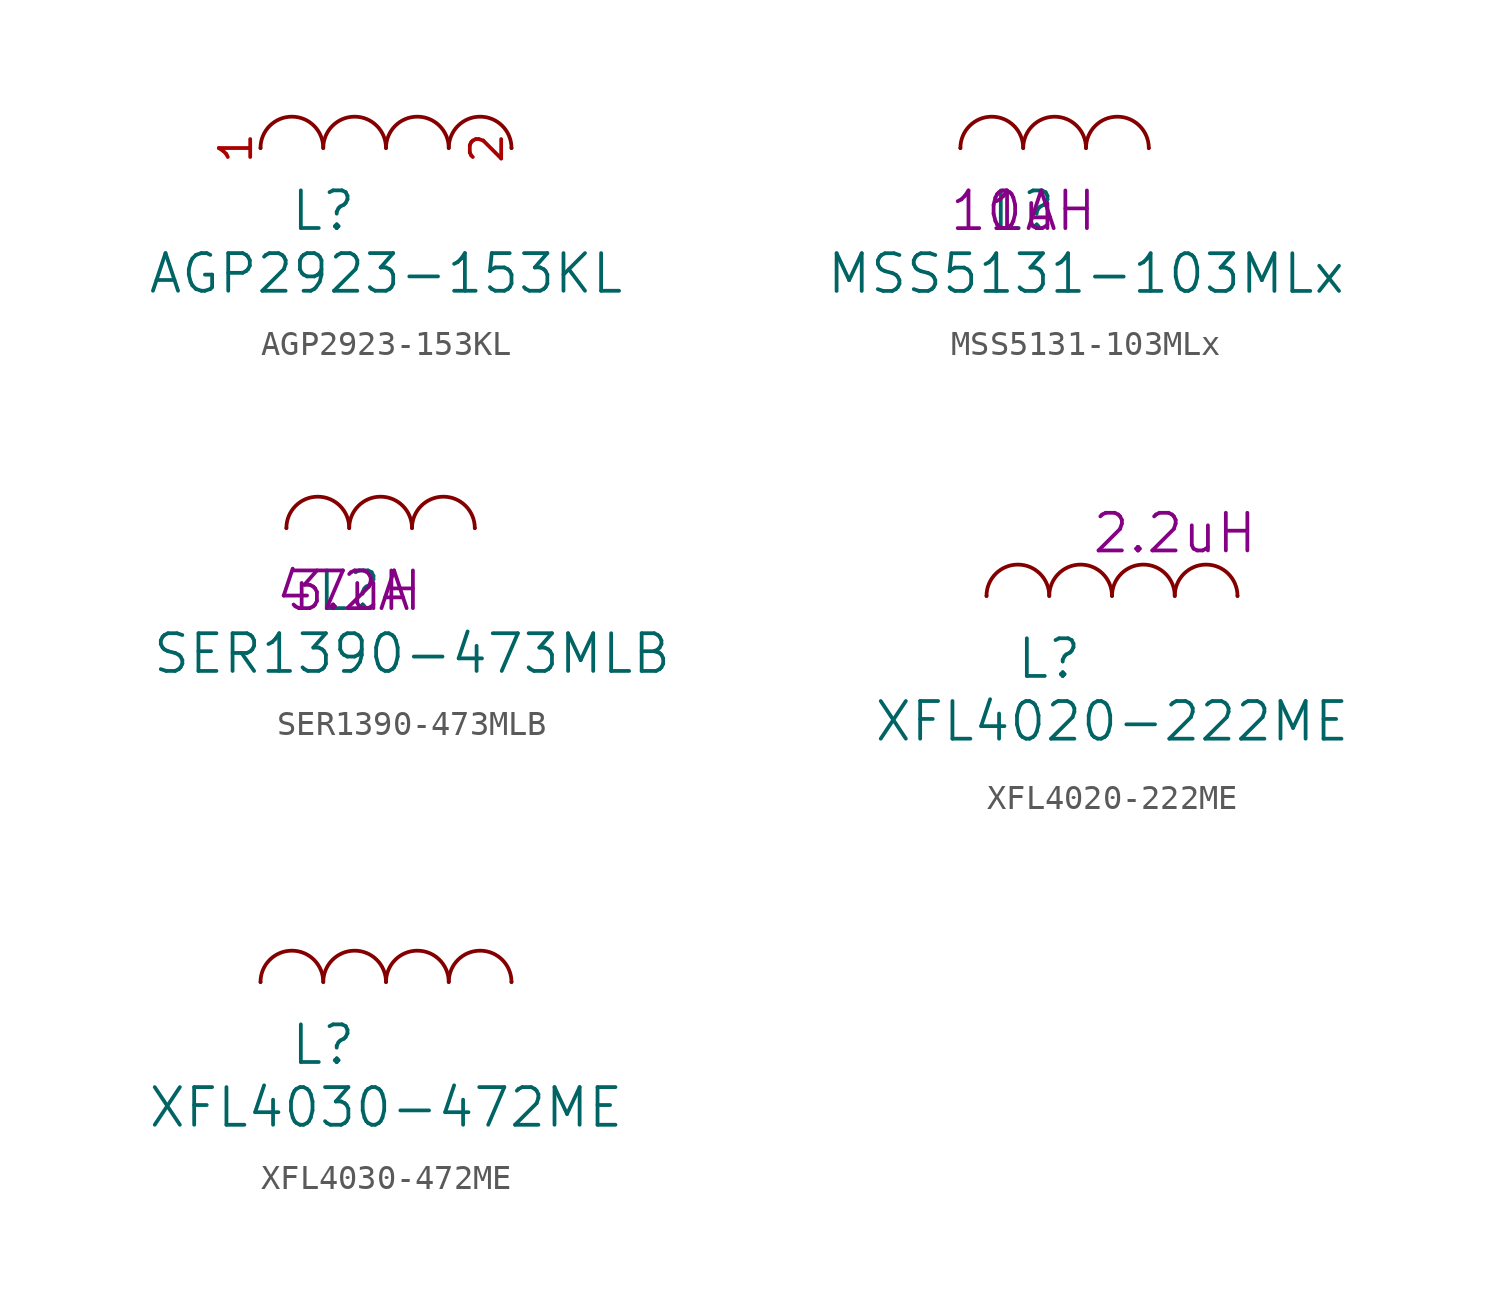
<source format=kicad_sym>
(kicad_symbol_lib
  (version 20220914)
  (generator kicad_symbol_editor)
  (symbol "AGP2923-153KL"
    (pin_names
      (offset 1.016) hide)
    (property "Reference" "L"
      (at 2.54 -2.54 0)
      (effects (font (size 1.524 1.524))))
    (property "Value" "AGP2923-153KL"
      (at 5.08 -5.08 0)
      (effects (font (size 1.524 1.524))))
    (symbol "AGP2923-153KL_1_1"
      (arc (start 2.54 0) (mid 1.27 1.2645) (end 0 0) (stroke (width 0) (type solid)) (fill (type none)))
      (arc (start 5.08 0) (mid 3.81 1.2645) (end 2.54 0) (stroke (width 0) (type solid)) (fill (type none)))
      (arc (start 7.62 0) (mid 6.35 1.2645) (end 5.08 0) (stroke (width 0) (type solid)) (fill (type none)))
      (arc (start 10.16 0) (mid 8.89 1.2645) (end 7.62 0) (stroke (width 0) (type solid)) (fill (type none)))
      (pin passive line (at 0 0 90) (length 0) (name "1" (effects (font (size 1.27 1.27)))) (number "1" (effects (font (size 1.27 1.27)))))
      (pin passive line (at 10.16 0 90) (length 0) (name "2" (effects (font (size 1.27 1.27)))) (number "2" (effects (font (size 1.27 1.27)))))))
  (symbol "MSS5131-103MLx"
    (pin_numbers hide)
    (pin_names
      (offset 1.016) hide)
    (property "Reference" "L"
      (at 2.54 -2.54 0)
      (effects (font (size 1.524 1.524))))
    (property "Value" "MSS5131-103MLx"
      (at 5.08 -5.08 0)
      (effects (font (size 1.524 1.524))))
    (property "Value2" "10uH"
      (at 2.54 -2.54 0)
      (effects (font (size 1.524 1.524))))
    (property "Rating" "1A"
      (at 2.54 -2.54 0)
      (effects (font (size 1.524 1.524))))
    (symbol "MSS5131-103MLx_1_1"
      (arc (start 2.54 0) (mid 1.27 1.2645) (end 0 0) (stroke (width 0) (type solid)) (fill (type none)))
      (arc (start 5.08 0) (mid 3.81 1.2645) (end 2.54 0) (stroke (width 0) (type solid)) (fill (type none)))
      (arc (start 7.62 0) (mid 6.35 1.2645) (end 5.08 0) (stroke (width 0) (type solid)) (fill (type none)))
      (pin passive line (at 0 0 0) (length 0) (name "1" (effects (font (size 1.27 1.27)))) (number "1" (effects (font (size 1.27 1.27)))))
      (pin passive line (at 7.62 0 180) (length 0) (name "2" (effects (font (size 1.27 1.27)))) (number "2" (effects (font (size 1.27 1.27)))))))
  (symbol "SER1390-473MLB"
    (pin_numbers hide)
    (pin_names
      (offset 1.016) hide)
    (property "Reference" "L"
      (at 2.54 -2.54 0)
      (effects (font (size 1.524 1.524))))
    (property "Value" "SER1390-473MLB"
      (at 5.08 -5.08 0)
      (effects (font (size 1.524 1.524))))
    (property "Value2" "47uH"
      (at 2.54 -2.54 0)
      (effects (font (size 1.524 1.524))))
    (property "Rating" "3.2A"
      (at 2.54 -2.54 0)
      (effects (font (size 1.524 1.524))))
    (symbol "SER1390-473MLB_1_1"
      (arc (start 2.54 0) (mid 1.27 1.2645) (end 0 0) (stroke (width 0) (type solid)) (fill (type none)))
      (arc (start 5.08 0) (mid 3.81 1.2645) (end 2.54 0) (stroke (width 0) (type solid)) (fill (type none)))
      (arc (start 7.62 0) (mid 6.35 1.2645) (end 5.08 0) (stroke (width 0) (type solid)) (fill (type none)))
      (pin passive line (at 0 0 0) (length 0) (name "1" (effects (font (size 1.27 1.27)))) (number "1" (effects (font (size 1.27 1.27)))))
      (pin passive line (at 7.62 0 180) (length 0) (name "2" (effects (font (size 1.27 1.27)))) (number "2" (effects (font (size 1.27 1.27)))))))
  (symbol "XFL4020-222ME"
    (pin_numbers hide)
    (pin_names
      (offset 1.016) hide)
    (property "Reference" "L"
      (at 2.54 -2.54 0)
      (effects (font (size 1.524 1.524))))
    (property "Value" "XFL4020-222ME"
      (at 5.08 -5.08 0)
      (effects (font (size 1.524 1.524))))
    (property "Value2" "2.2uH"
      (at 7.62 2.54 0)
      (effects (font (size 1.524 1.524))))
    (symbol "XFL4020-222ME_1_1"
      (arc (start 2.54 0) (mid 1.27 1.2645) (end 0 0) (stroke (width 0) (type solid)) (fill (type none)))
      (arc (start 5.08 0) (mid 3.81 1.2645) (end 2.54 0) (stroke (width 0) (type solid)) (fill (type none)))
      (arc (start 7.62 0) (mid 6.35 1.2645) (end 5.08 0) (stroke (width 0) (type solid)) (fill (type none)))
      (arc (start 10.16 0) (mid 8.89 1.2645) (end 7.62 0) (stroke (width 0) (type solid)) (fill (type none)))
      (pin passive line (at 0 0 0) (length 0) (name "1" (effects (font (size 1.27 1.27)))) (number "1" (effects (font (size 1.27 1.27)))))
      (pin passive line (at 10.16 0 180) (length 0) (name "2" (effects (font (size 1.27 1.27)))) (number "2" (effects (font (size 1.27 1.27)))))))
  (symbol "XFL4030-472ME"
    (pin_numbers hide)
    (pin_names
      (offset 1.016) hide)
    (property "Reference" "L"
      (at 2.54 -2.54 0)
      (effects (font (size 1.524 1.524))))
    (property "Value" "XFL4030-472ME"
      (at 5.08 -5.08 0)
      (effects (font (size 1.524 1.524))))
    (symbol "XFL4030-472ME_1_1"
      (arc (start 2.54 0) (mid 1.27 1.2645) (end 0 0) (stroke (width 0) (type solid)) (fill (type none)))
      (arc (start 5.08 0) (mid 3.81 1.2645) (end 2.54 0) (stroke (width 0) (type solid)) (fill (type none)))
      (arc (start 7.62 0) (mid 6.35 1.2645) (end 5.08 0) (stroke (width 0) (type solid)) (fill (type none)))
      (arc (start 10.16 0) (mid 8.89 1.2645) (end 7.62 0) (stroke (width 0) (type solid)) (fill (type none)))
      (pin passive line (at 0 0 0) (length 0) (name "1" (effects (font (size 1.27 1.27)))) (number "1" (effects (font (size 1.27 1.27)))))
      (pin passive line (at 10.16 0 180) (length 0) (name "2" (effects (font (size 1.27 1.27)))) (number "2" (effects (font (size 1.27 1.27))))))))
</source>
